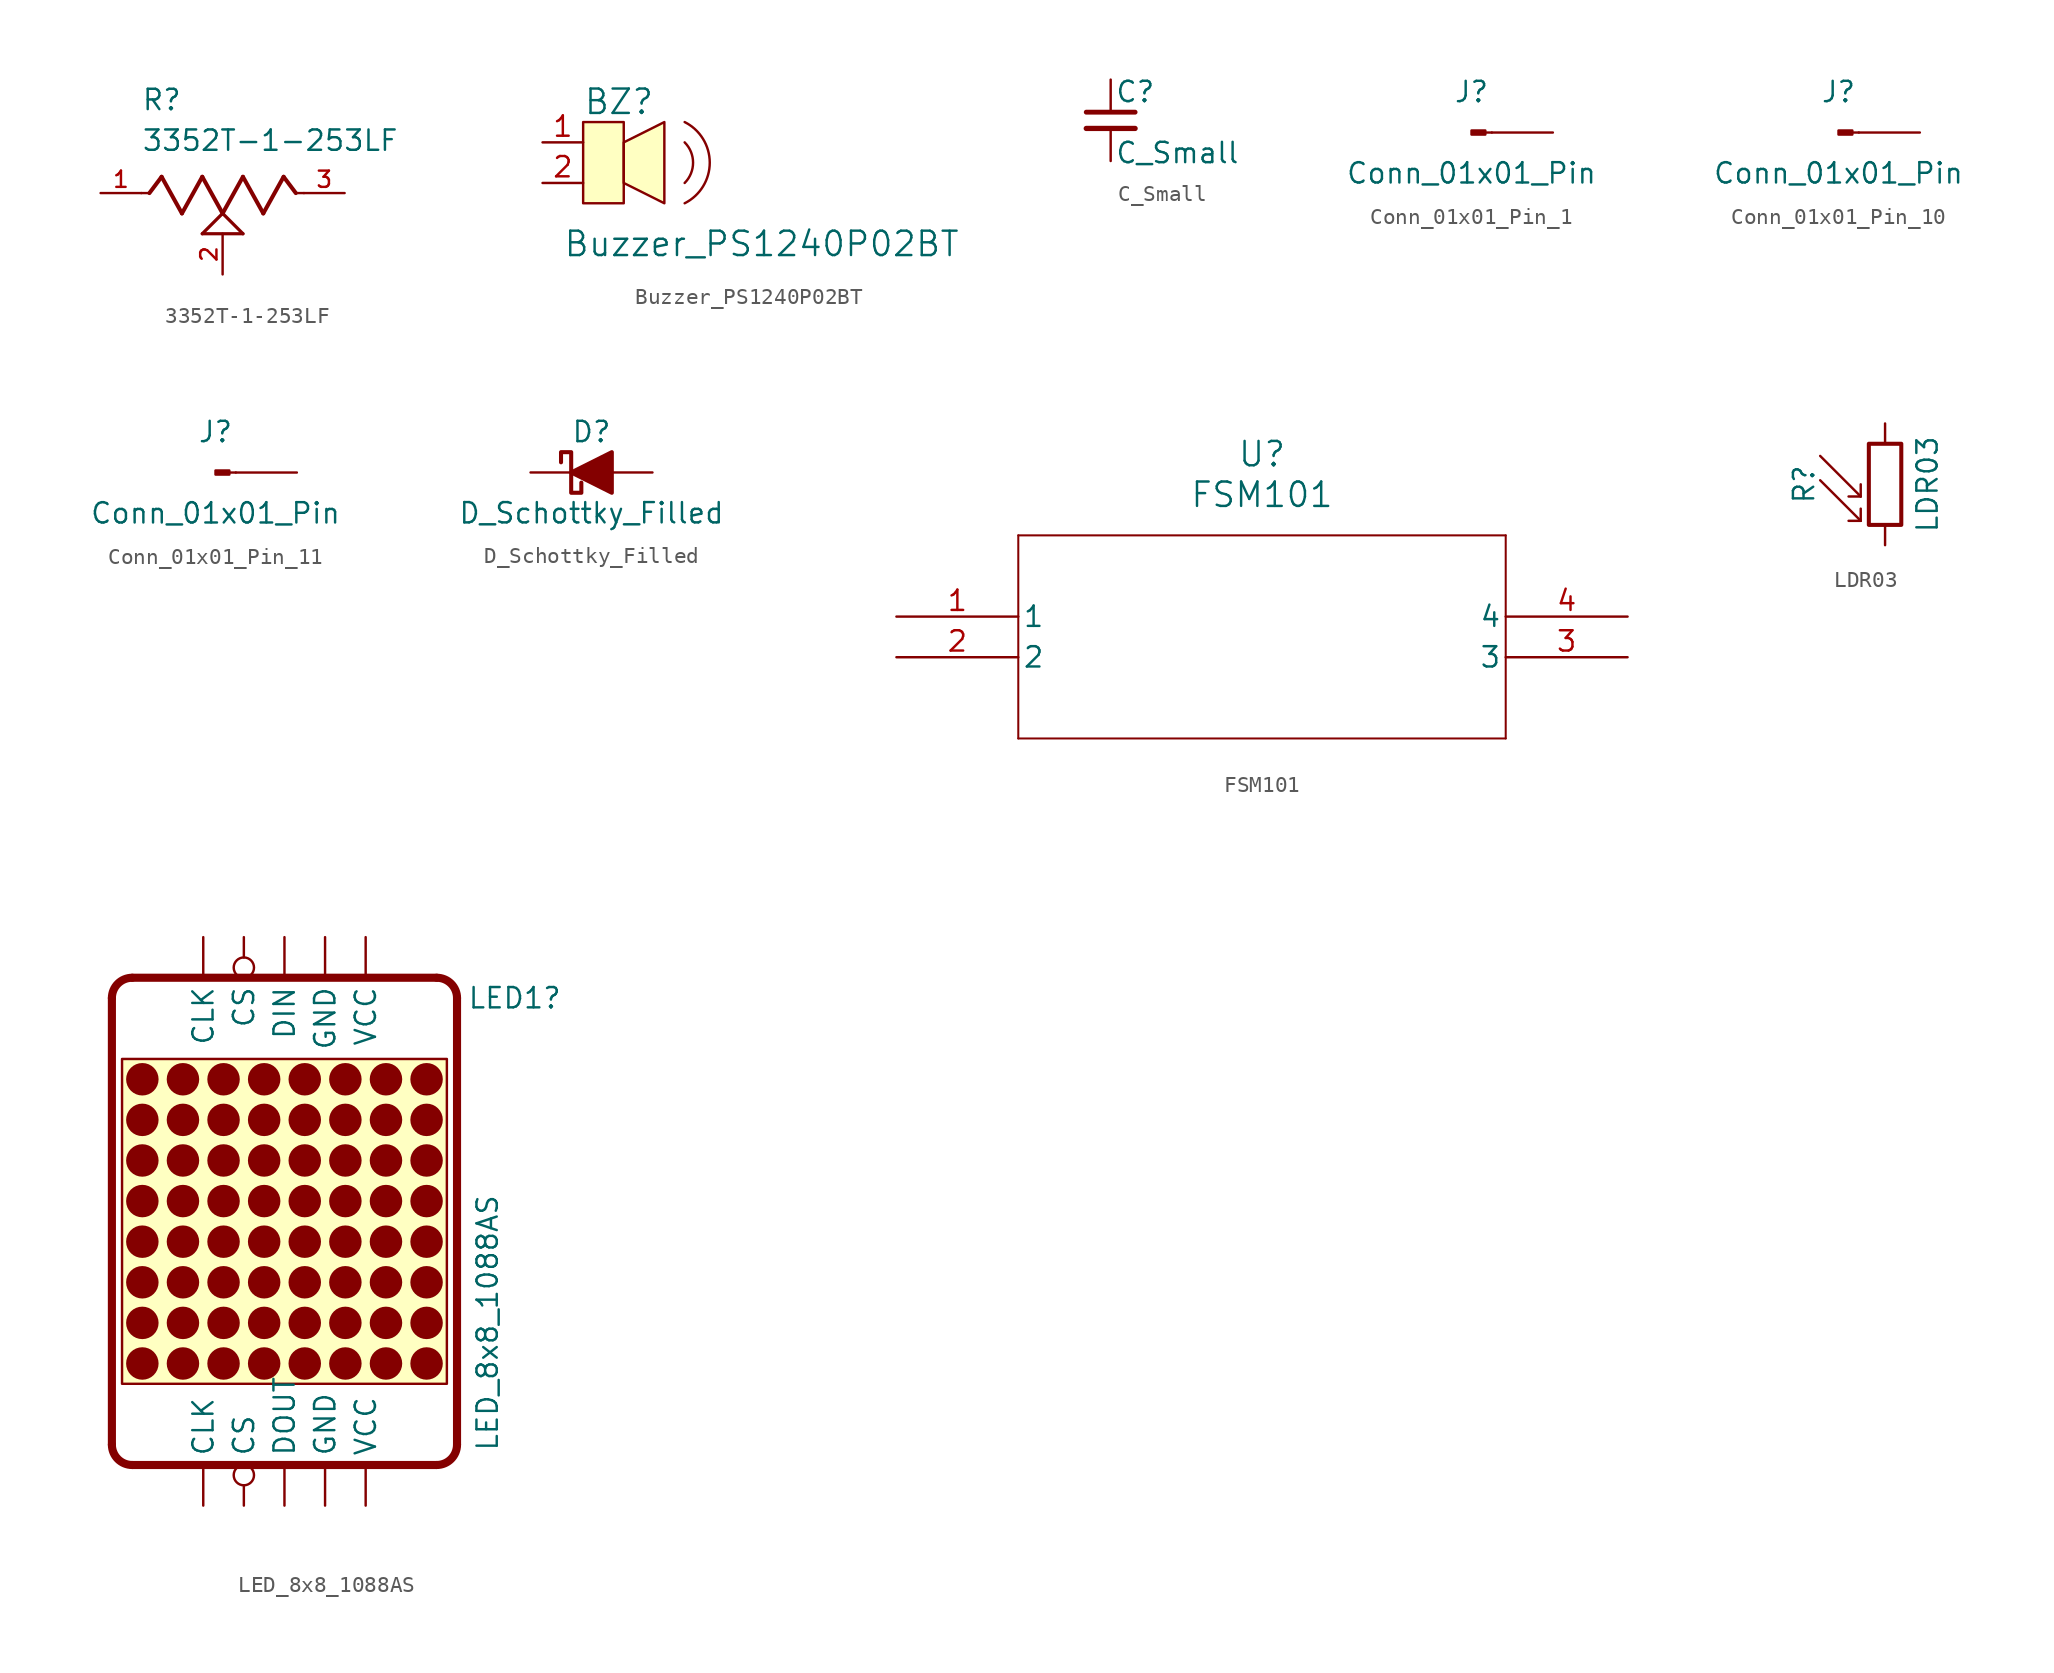
<source format=kicad_sym>
(kicad_symbol_lib
  (version 20231120)
  (generator "kicad_symbol_editor")
  (generator_version "8.0")
  (symbol "3352T-1-253LF"
    (pin_names
      (offset 1.016))
    (property "Reference" "R"
      (at -5.08 5.08 0)
      (effects (font (size 1.27 1.27)) (justify left bottom)))
    (property "Value" "3352T-1-253LF"
      (at -5.08 2.54 0)
      (effects (font (size 1.27 1.27)) (justify left bottom)))
    (symbol "3352T-1-253LF_0_0"
      (polyline (pts (xy -5.08 0) (xy -4.572 0)) (stroke (width 0.152) (type default)) (fill (type none)))
      (polyline (pts (xy -4.572 0) (xy -3.81 1.016)) (stroke (width 0.254) (type default)) (fill (type none)))
      (polyline (pts (xy -3.81 1.016) (xy -2.54 -1.27)) (stroke (width 0.254) (type default)) (fill (type none)))
      (polyline (pts (xy -2.54 -1.27) (xy -1.27 1.016)) (stroke (width 0.254) (type default)) (fill (type none)))
      (polyline (pts (xy -1.27 -2.54) (xy 0 -1.27)) (stroke (width 0.203) (type default)) (fill (type none)))
      (polyline (pts (xy -1.27 1.016) (xy 0 -1.27)) (stroke (width 0.254) (type default)) (fill (type none)))
      (polyline (pts (xy 0 -1.27) (xy 1.27 -2.54)) (stroke (width 0.203) (type default)) (fill (type none)))
      (polyline (pts (xy 0 -1.27) (xy 1.27 1.016)) (stroke (width 0.254) (type default)) (fill (type none)))
      (polyline (pts (xy 1.27 -2.54) (xy -1.27 -2.54)) (stroke (width 0.203) (type default)) (fill (type none)))
      (polyline (pts (xy 1.27 1.016) (xy 2.54 -1.27)) (stroke (width 0.254) (type default)) (fill (type none)))
      (polyline (pts (xy 2.54 -1.27) (xy 3.81 1.016)) (stroke (width 0.254) (type default)) (fill (type none)))
      (polyline (pts (xy 3.81 1.016) (xy 4.572 0)) (stroke (width 0.254) (type default)) (fill (type none)))
      (polyline (pts (xy 4.572 0) (xy 5.08 0)) (stroke (width 0.152) (type default)) (fill (type none)))
      (pin passive line (at -7.62 0 0) (length 2.54) (name "~" (effects (font (size 1.016 1.016)))) (number "1" (effects (font (size 1.016 1.016)))))
      (pin passive line (at 0 -5.08 90) (length 2.54) (name "~" (effects (font (size 1.016 1.016)))) (number "2" (effects (font (size 1.016 1.016)))))
      (pin passive line (at 7.62 0 180) (length 2.54) (name "~" (effects (font (size 1.016 1.016)))) (number "3" (effects (font (size 1.016 1.016)))))))
  (symbol "Buzzer_PS1240P02BT"
    (pin_names
      (offset 0))
    (property "Reference" "BZ"
      (at 0 5.08 0)
      (effects (font (size 1.524 1.524)) (justify left)))
    (property "Value" "Buzzer_PS1240P02BT"
      (at -1.27 -3.81 0)
      (effects (font (size 1.524 1.524)) (justify left)))
    (symbol "Buzzer_PS1240P02BT_0_1"
      (polyline (pts (xy 2.54 2.54) (xy 5.08 3.81) (xy 5.08 -1.27) (xy 2.54 0) (xy 2.54 2.54)) (stroke (width 0) (type solid)) (fill (type background)))
      (rectangle (start 0 3.81) (end 2.54 -1.27) (stroke (width 0) (type solid)) (fill (type background)))
      (arc (start 6.35 -1.27) (mid 7.9198 1.27) (end 6.35 3.81) (stroke (width 0) (type solid)) (fill (type none)))
      (arc (start 6.35 0) (mid 6.8761 1.27) (end 6.35 2.54) (stroke (width 0) (type solid)) (fill (type none))))
    (symbol "Buzzer_PS1240P02BT_1_1"
      (pin input line (at -2.54 2.54 0) (length 2.54) (name "~" (effects (font (size 1.27 1.27)))) (number "1" (effects (font (size 1.27 1.27)))))
      (pin input line (at -2.54 0 0) (length 2.54) (name "~" (effects (font (size 1.27 1.27)))) (number "2" (effects (font (size 1.27 1.27)))))))
  (symbol "C_Small"
    (pin_numbers hide)
    (pin_names
      (offset 0.254) hide)
    (property "Reference" "C"
      (at 0.254 1.778 0)
      (effects (font (size 1.27 1.27)) (justify left)))
    (property "Value" "C_Small"
      (at 0.254 -2.032 0)
      (effects (font (size 1.27 1.27)) (justify left)))
    (symbol "C_Small_0_1"
      (polyline (pts (xy -1.524 -0.508) (xy 1.524 -0.508)) (stroke (width 0.33) (type default)) (fill (type none)))
      (polyline (pts (xy -1.524 0.508) (xy 1.524 0.508)) (stroke (width 0.305) (type default)) (fill (type none))))
    (symbol "C_Small_1_1"
      (pin passive line (at 0 2.54 270) (length 2.032) (name "~" (effects (font (size 1.27 1.27)))) (number "1" (effects (font (size 1.27 1.27)))))
      (pin passive line (at 0 -2.54 90) (length 2.032) (name "~" (effects (font (size 1.27 1.27)))) (number "2" (effects (font (size 1.27 1.27)))))))
  (symbol "Conn_01x01_Pin_1"
    (pin_numbers hide)
    (pin_names
      (offset 1.016) hide)
    (property "Reference" "J"
      (at 0 2.54 0)
      (effects (font (size 1.27 1.27))))
    (property "Value" "Conn_01x01_Pin"
      (at 0 -2.54 0)
      (effects (font (size 1.27 1.27))))
    (property "ki_locked" ""
      (at 0 0 0)
      (effects (font (size 1.27 1.27))))
    (symbol "Conn_01x01_Pin_1_1_1"
      (polyline (pts (xy 1.27 0) (xy 0.864 0)) (stroke (width 0.152) (type default)) (fill (type none)))
      (rectangle (start 0.864 0.127) (end 0 -0.127) (stroke (width 0.152) (type default)) (fill (type outline)))
      (pin passive line (at 5.08 0 180) (length 3.81) (name "Pin_1" (effects (font (size 1.27 1.27)))) (number "1" (effects (font (size 1.27 1.27)))))))
  (symbol "Conn_01x01_Pin_10"
    (pin_numbers hide)
    (pin_names
      (offset 1.016) hide)
    (property "Reference" "J"
      (at 0 2.54 0)
      (effects (font (size 1.27 1.27))))
    (property "Value" "Conn_01x01_Pin"
      (at 0 -2.54 0)
      (effects (font (size 1.27 1.27))))
    (property "ki_locked" ""
      (at 0 0 0)
      (effects (font (size 1.27 1.27))))
    (symbol "Conn_01x01_Pin_10_1_1"
      (polyline (pts (xy 1.27 0) (xy 0.864 0)) (stroke (width 0.152) (type default)) (fill (type none)))
      (rectangle (start 0.864 0.127) (end 0 -0.127) (stroke (width 0.152) (type default)) (fill (type outline)))
      (pin passive line (at 5.08 0 180) (length 3.81) (name "Pin_1" (effects (font (size 1.27 1.27)))) (number "1" (effects (font (size 1.27 1.27)))))))
  (symbol "Conn_01x01_Pin_11"
    (pin_numbers hide)
    (pin_names
      (offset 1.016) hide)
    (property "Reference" "J"
      (at 0 2.54 0)
      (effects (font (size 1.27 1.27))))
    (property "Value" "Conn_01x01_Pin"
      (at 0 -2.54 0)
      (effects (font (size 1.27 1.27))))
    (property "ki_locked" ""
      (at 0 0 0)
      (effects (font (size 1.27 1.27))))
    (symbol "Conn_01x01_Pin_11_1_1"
      (polyline (pts (xy 1.27 0) (xy 0.864 0)) (stroke (width 0.152) (type default)) (fill (type none)))
      (rectangle (start 0.864 0.127) (end 0 -0.127) (stroke (width 0.152) (type default)) (fill (type outline)))
      (pin passive line (at 5.08 0 180) (length 3.81) (name "Pin_1" (effects (font (size 1.27 1.27)))) (number "1" (effects (font (size 1.27 1.27)))))))
  (symbol "D_Schottky_Filled"
    (pin_numbers hide)
    (pin_names
      (offset 1.016) hide)
    (property "Reference" "D"
      (at 0 2.54 0)
      (effects (font (size 1.27 1.27))))
    (property "Value" "D_Schottky_Filled"
      (at 0 -2.54 0)
      (effects (font (size 1.27 1.27))))
    (symbol "D_Schottky_Filled_0_1"
      (polyline (pts (xy 1.27 0) (xy -1.27 0)) (stroke (width 0) (type default)) (fill (type none)))
      (polyline (pts (xy 1.27 1.27) (xy 1.27 -1.27) (xy -1.27 0) (xy 1.27 1.27)) (stroke (width 0.254) (type default)) (fill (type outline)))
      (polyline (pts (xy -1.905 0.635) (xy -1.905 1.27) (xy -1.27 1.27) (xy -1.27 -1.27) (xy -0.635 -1.27) (xy -0.635 -0.635)) (stroke (width 0.254) (type default)) (fill (type none))))
    (symbol "D_Schottky_Filled_1_1"
      (pin passive line (at -3.81 0 0) (length 2.54) (name "K" (effects (font (size 1.27 1.27)))) (number "1" (effects (font (size 1.27 1.27)))))
      (pin passive line (at 3.81 0 180) (length 2.54) (name "A" (effects (font (size 1.27 1.27)))) (number "2" (effects (font (size 1.27 1.27)))))))
  (symbol "FSM101"
    (pin_names
      (offset 0.254))
    (property "Reference" "U"
      (at 22.86 10.16 0)
      (effects (font (size 1.524 1.524))))
    (property "Value" "FSM101"
      (at 22.86 7.62 0)
      (effects (font (size 1.524 1.524))))
    (property "ki_locked" ""
      (at 0 0 0)
      (effects (font (size 1.27 1.27))))
    (symbol "FSM101_0_1"
      (polyline (pts (xy 7.62 -7.62) (xy 38.1 -7.62)) (stroke (width 0.127) (type default)) (fill (type none)))
      (polyline (pts (xy 7.62 5.08) (xy 7.62 -7.62)) (stroke (width 0.127) (type default)) (fill (type none)))
      (polyline (pts (xy 38.1 -7.62) (xy 38.1 5.08)) (stroke (width 0.127) (type default)) (fill (type none)))
      (polyline (pts (xy 38.1 5.08) (xy 7.62 5.08)) (stroke (width 0.127) (type default)) (fill (type none)))
      (pin unspecified line (at 0 0 0) (length 7.62) (name "1" (effects (font (size 1.27 1.27)))) (number "1" (effects (font (size 1.27 1.27)))))
      (pin unspecified line (at 0 -2.54 0) (length 7.62) (name "2" (effects (font (size 1.27 1.27)))) (number "2" (effects (font (size 1.27 1.27)))))
      (pin unspecified line (at 45.72 -2.54 180) (length 7.62) (name "3" (effects (font (size 1.27 1.27)))) (number "3" (effects (font (size 1.27 1.27)))))
      (pin unspecified line (at 45.72 0 180) (length 7.62) (name "4" (effects (font (size 1.27 1.27)))) (number "4" (effects (font (size 1.27 1.27)))))))
  (symbol "LDR03"
    (pin_numbers hide)
    (pin_names
      (offset 0))
    (property "Reference" "R"
      (at -5.08 0 90)
      (effects (font (size 1.27 1.27))))
    (property "Value" "LDR03"
      (at 1.905 0 90)
      (effects (font (size 1.27 1.27)) (justify top)))
    (symbol "LDR03_0_1"
      (rectangle (start -1.016 2.54) (end 1.016 -2.54) (stroke (width 0.254) (type default)) (fill (type none)))
      (polyline (pts (xy -1.524 -2.286) (xy -4.064 0.254)) (stroke (width 0) (type default)) (fill (type none)))
      (polyline (pts (xy -1.524 -2.286) (xy -2.286 -2.286)) (stroke (width 0) (type default)) (fill (type none)))
      (polyline (pts (xy -1.524 -2.286) (xy -1.524 -1.524)) (stroke (width 0) (type default)) (fill (type none)))
      (polyline (pts (xy -1.524 -0.762) (xy -4.064 1.778)) (stroke (width 0) (type default)) (fill (type none)))
      (polyline (pts (xy -1.524 -0.762) (xy -2.286 -0.762)) (stroke (width 0) (type default)) (fill (type none)))
      (polyline (pts (xy -1.524 -0.762) (xy -1.524 0)) (stroke (width 0) (type default)) (fill (type none))))
    (symbol "LDR03_1_1"
      (pin passive line (at 0 3.81 270) (length 1.27) (name "~" (effects (font (size 1.27 1.27)))) (number "1" (effects (font (size 1.27 1.27)))))
      (pin passive line (at 0 -3.81 90) (length 1.27) (name "~" (effects (font (size 1.27 1.27)))) (number "2" (effects (font (size 1.27 1.27)))))))
  (symbol "LED_8x8_1088AS"
    (pin_numbers hide)
    (property "Reference" "LED1"
      (at 11.43 -1.27 0)
      (effects (font (size 1.27 1.27)) (justify left)))
    (property "Value" "LED_8x8_1088AS"
      (at 12.7 -21.59 90)
      (effects (font (size 1.27 1.27))))
    (symbol "LED_8x8_1088AS_1_1"
      (arc (start -10.795 -29.21) (mid -10.423 -30.108) (end -9.525 -30.48) (stroke (width 0.508) (type default)) (fill (type none)))
      (rectangle (start -10.16 -5.08) (end 10.16 -25.4) (stroke (width 0) (type default)) (fill (type background)))
      (arc (start -9.525 0) (mid -10.423 -0.372) (end -10.795 -1.27) (stroke (width 0.508) (type default)) (fill (type none)))
      (circle (center -8.89 -24.13) (radius 0.635) (stroke (width 0.762) (type default)) (fill (type outline)))
      (circle (center -8.89 -21.59) (radius 0.635) (stroke (width 0.762) (type default)) (fill (type outline)))
      (circle (center -8.89 -19.05) (radius 0.635) (stroke (width 0.762) (type default)) (fill (type outline)))
      (circle (center -8.89 -16.51) (radius 0.635) (stroke (width 0.762) (type default)) (fill (type outline)))
      (circle (center -8.89 -13.97) (radius 0.635) (stroke (width 0.762) (type default)) (fill (type outline)))
      (circle (center -8.89 -11.43) (radius 0.635) (stroke (width 0.762) (type default)) (fill (type outline)))
      (circle (center -8.89 -8.89) (radius 0.635) (stroke (width 0.762) (type default)) (fill (type outline)))
      (circle (center -8.89 -6.35) (radius 0.635) (stroke (width 0.762) (type default)) (fill (type outline)))
      (circle (center -6.35 -24.13) (radius 0.635) (stroke (width 0.762) (type default)) (fill (type outline)))
      (circle (center -6.35 -21.59) (radius 0.635) (stroke (width 0.762) (type default)) (fill (type outline)))
      (circle (center -6.35 -19.05) (radius 0.635) (stroke (width 0.762) (type default)) (fill (type outline)))
      (circle (center -6.35 -16.51) (radius 0.635) (stroke (width 0.762) (type default)) (fill (type outline)))
      (circle (center -6.35 -13.97) (radius 0.635) (stroke (width 0.762) (type default)) (fill (type outline)))
      (circle (center -6.35 -11.43) (radius 0.635) (stroke (width 0.762) (type default)) (fill (type outline)))
      (circle (center -6.35 -8.89) (radius 0.635) (stroke (width 0.762) (type default)) (fill (type outline)))
      (circle (center -6.35 -6.35) (radius 0.635) (stroke (width 0.762) (type default)) (fill (type outline)))
      (circle (center -3.81 -24.13) (radius 0.635) (stroke (width 0.762) (type default)) (fill (type outline)))
      (circle (center -3.81 -21.59) (radius 0.635) (stroke (width 0.762) (type default)) (fill (type outline)))
      (circle (center -3.81 -19.05) (radius 0.635) (stroke (width 0.762) (type default)) (fill (type outline)))
      (circle (center -3.81 -16.51) (radius 0.635) (stroke (width 0.762) (type default)) (fill (type outline)))
      (circle (center -3.81 -13.97) (radius 0.635) (stroke (width 0.762) (type default)) (fill (type outline)))
      (circle (center -3.81 -11.43) (radius 0.635) (stroke (width 0.762) (type default)) (fill (type outline)))
      (circle (center -3.81 -8.89) (radius 0.635) (stroke (width 0.762) (type default)) (fill (type outline)))
      (circle (center -3.81 -6.35) (radius 0.635) (stroke (width 0.762) (type default)) (fill (type outline)))
      (circle (center -1.27 -24.13) (radius 0.635) (stroke (width 0.762) (type default)) (fill (type outline)))
      (circle (center -1.27 -21.59) (radius 0.635) (stroke (width 0.762) (type default)) (fill (type outline)))
      (circle (center -1.27 -19.05) (radius 0.635) (stroke (width 0.762) (type default)) (fill (type outline)))
      (circle (center -1.27 -16.51) (radius 0.635) (stroke (width 0.762) (type default)) (fill (type outline)))
      (circle (center -1.27 -13.97) (radius 0.635) (stroke (width 0.762) (type default)) (fill (type outline)))
      (circle (center -1.27 -11.43) (radius 0.635) (stroke (width 0.762) (type default)) (fill (type outline)))
      (circle (center -1.27 -8.89) (radius 0.635) (stroke (width 0.762) (type default)) (fill (type outline)))
      (circle (center -1.27 -6.35) (radius 0.635) (stroke (width 0.762) (type default)) (fill (type outline)))
      (polyline (pts (xy -10.795 -1.27) (xy -10.795 -29.21)) (stroke (width 0.508) (type default)) (fill (type none)))
      (polyline (pts (xy -9.525 -30.48) (xy 9.525 -30.48)) (stroke (width 0.508) (type default)) (fill (type background)))
      (polyline (pts (xy 9.525 0) (xy -9.525 0)) (stroke (width 0.508) (type default)) (fill (type none)))
      (polyline (pts (xy 10.795 -29.21) (xy 10.795 -1.27)) (stroke (width 0.508) (type default)) (fill (type none)))
      (circle (center 1.27 -24.13) (radius 0.635) (stroke (width 0.762) (type default)) (fill (type outline)))
      (circle (center 1.27 -21.59) (radius 0.635) (stroke (width 0.762) (type default)) (fill (type outline)))
      (circle (center 1.27 -19.05) (radius 0.635) (stroke (width 0.762) (type default)) (fill (type outline)))
      (circle (center 1.27 -16.51) (radius 0.635) (stroke (width 0.762) (type default)) (fill (type outline)))
      (circle (center 1.27 -13.97) (radius 0.635) (stroke (width 0.762) (type default)) (fill (type outline)))
      (circle (center 1.27 -11.43) (radius 0.635) (stroke (width 0.762) (type default)) (fill (type outline)))
      (circle (center 1.27 -8.89) (radius 0.635) (stroke (width 0.762) (type default)) (fill (type outline)))
      (circle (center 1.27 -6.35) (radius 0.635) (stroke (width 0.762) (type default)) (fill (type outline)))
      (circle (center 3.81 -24.13) (radius 0.635) (stroke (width 0.762) (type default)) (fill (type outline)))
      (circle (center 3.81 -21.59) (radius 0.635) (stroke (width 0.762) (type default)) (fill (type outline)))
      (circle (center 3.81 -19.05) (radius 0.635) (stroke (width 0.762) (type default)) (fill (type outline)))
      (circle (center 3.81 -16.51) (radius 0.635) (stroke (width 0.762) (type default)) (fill (type outline)))
      (circle (center 3.81 -13.97) (radius 0.635) (stroke (width 0.762) (type default)) (fill (type outline)))
      (circle (center 3.81 -11.43) (radius 0.635) (stroke (width 0.762) (type default)) (fill (type outline)))
      (circle (center 3.81 -8.89) (radius 0.635) (stroke (width 0.762) (type default)) (fill (type outline)))
      (circle (center 3.81 -6.35) (radius 0.635) (stroke (width 0.762) (type default)) (fill (type outline)))
      (circle (center 6.35 -24.13) (radius 0.635) (stroke (width 0.762) (type default)) (fill (type outline)))
      (circle (center 6.35 -21.59) (radius 0.635) (stroke (width 0.762) (type default)) (fill (type outline)))
      (circle (center 6.35 -19.05) (radius 0.635) (stroke (width 0.762) (type default)) (fill (type outline)))
      (circle (center 6.35 -16.51) (radius 0.635) (stroke (width 0.762) (type default)) (fill (type outline)))
      (circle (center 6.35 -13.97) (radius 0.635) (stroke (width 0.762) (type default)) (fill (type outline)))
      (circle (center 6.35 -11.43) (radius 0.635) (stroke (width 0.762) (type default)) (fill (type outline)))
      (circle (center 6.35 -8.89) (radius 0.635) (stroke (width 0.762) (type default)) (fill (type outline)))
      (circle (center 6.35 -6.35) (radius 0.635) (stroke (width 0.762) (type default)) (fill (type outline)))
      (circle (center 8.89 -24.13) (radius 0.635) (stroke (width 0.762) (type default)) (fill (type outline)))
      (circle (center 8.89 -21.59) (radius 0.635) (stroke (width 0.762) (type default)) (fill (type outline)))
      (circle (center 8.89 -19.05) (radius 0.635) (stroke (width 0.762) (type default)) (fill (type outline)))
      (circle (center 8.89 -16.51) (radius 0.635) (stroke (width 0.762) (type default)) (fill (type outline)))
      (circle (center 8.89 -13.97) (radius 0.635) (stroke (width 0.762) (type default)) (fill (type outline)))
      (circle (center 8.89 -11.43) (radius 0.635) (stroke (width 0.762) (type default)) (fill (type outline)))
      (circle (center 8.89 -8.89) (radius 0.635) (stroke (width 0.762) (type default)) (fill (type outline)))
      (circle (center 8.89 -6.35) (radius 0.635) (stroke (width 0.762) (type default)) (fill (type outline)))
      (arc (start 9.525 -30.48) (mid 10.423 -30.108) (end 10.795 -29.21) (stroke (width 0.508) (type default)) (fill (type none)))
      (arc (start 10.795 -1.27) (mid 10.423 -0.372) (end 9.525 0) (stroke (width 0.508) (type default)) (fill (type none)))
      (pin passive line (at -5.08 -33.02 90) (length 2.54) (name "CLK" (effects (font (size 1.27 1.27)))) (number "CLK" (effects (font (size 1.27 1.27)))))
      (pin passive line (at -5.08 2.54 270) (length 2.54) (name "CLK" (effects (font (size 1.27 1.27)))) (number "CLK" (effects (font (size 1.27 1.27)))))
      (pin passive inverted (at -2.54 -33.02 90) (length 2.54) (name "CS" (effects (font (size 1.27 1.27)))) (number "CS" (effects (font (size 1.27 1.27)))))
      (pin passive inverted (at -2.54 2.54 270) (length 2.54) (name "CS" (effects (font (size 1.27 1.27)))) (number "CS" (effects (font (size 1.27 1.27)))))
      (pin passive line (at 0 2.54 270) (length 2.54) (name "DIN" (effects (font (size 1.27 1.27)))) (number "DIN" (effects (font (size 1.27 1.27)))))
      (pin passive line (at 0 -33.02 90) (length 2.54) (name "DOUT" (effects (font (size 1.27 1.27)))) (number "DOUT" (effects (font (size 1.27 1.27)))))
      (pin passive line (at 2.54 -33.02 90) (length 2.54) (name "GND" (effects (font (size 1.27 1.27)))) (number "GND" (effects (font (size 1.27 1.27)))))
      (pin passive line (at 2.54 2.54 270) (length 2.54) (name "GND" (effects (font (size 1.27 1.27)))) (number "GND" (effects (font (size 1.27 1.27)))))
      (pin passive line (at 5.08 -33.02 90) (length 2.54) (name "VCC" (effects (font (size 1.27 1.27)))) (number "VCC" (effects (font (size 1.27 1.27)))))
      (pin passive line (at 5.08 2.54 270) (length 2.54) (name "VCC" (effects (font (size 1.27 1.27)))) (number "VCC" (effects (font (size 1.27 1.27))))))))
</source>
